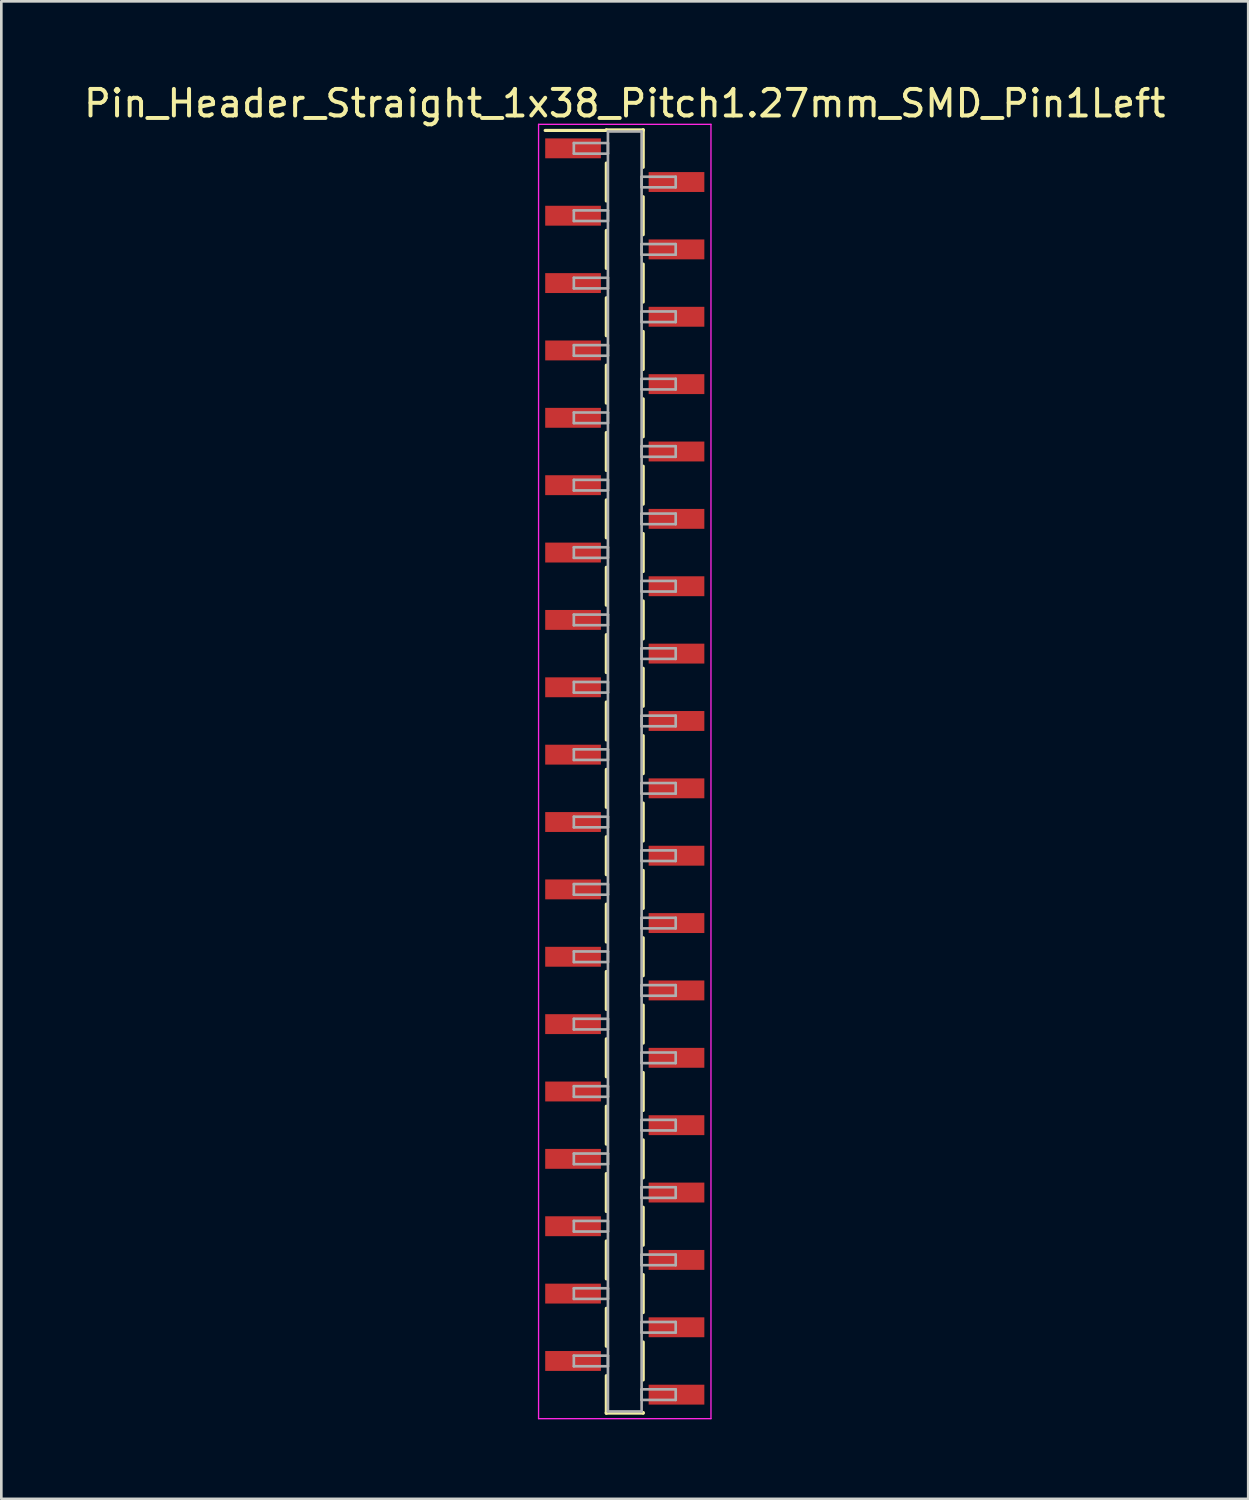
<source format=kicad_pcb>
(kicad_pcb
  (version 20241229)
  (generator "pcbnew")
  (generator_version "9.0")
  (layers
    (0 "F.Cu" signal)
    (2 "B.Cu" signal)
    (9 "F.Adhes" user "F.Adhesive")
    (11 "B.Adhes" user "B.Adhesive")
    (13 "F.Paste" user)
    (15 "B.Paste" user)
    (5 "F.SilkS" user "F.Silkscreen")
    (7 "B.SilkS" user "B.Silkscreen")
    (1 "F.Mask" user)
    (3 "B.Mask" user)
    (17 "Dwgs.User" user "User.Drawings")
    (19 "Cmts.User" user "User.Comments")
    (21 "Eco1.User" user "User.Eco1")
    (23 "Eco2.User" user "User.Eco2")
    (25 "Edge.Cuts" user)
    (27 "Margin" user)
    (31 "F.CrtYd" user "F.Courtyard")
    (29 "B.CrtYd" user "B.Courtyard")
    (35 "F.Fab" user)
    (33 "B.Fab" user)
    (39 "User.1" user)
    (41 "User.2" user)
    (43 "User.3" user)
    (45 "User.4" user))
  (footprint "Pin_Header_Straight_1x38_Pitch1.27mm_SMD_Pin1Left"
    (layer "F.Cu")
    (at 20.506 26.038)
    (property "Reference" "Pin_Header_Straight_1x38_Pitch1.27mm_SMD_Pin1Left" (at 0 -25.19 0) (layer "F.SilkS") (effects (font (size 1 1) (thickness 0.15))))
    (attr smd)
    (fp_line (start -0.695 -24.19) (end 0.695 -24.19) (stroke (width 0.12) (type solid)) (layer "F.SilkS"))
    (fp_line (start -0.695 -24.17) (end -3 -24.17) (stroke (width 0.12) (type solid)) (layer "F.SilkS"))
    (fp_line (start -0.695 -24.17) (end -0.695 -24.19) (stroke (width 0.12) (type solid)) (layer "F.SilkS"))
    (fp_line (start -0.695 -22.94) (end -0.695 -21.51) (stroke (width 0.12) (type solid)) (layer "F.SilkS"))
    (fp_line (start -0.695 -20.4) (end -0.695 -18.97) (stroke (width 0.12) (type solid)) (layer "F.SilkS"))
    (fp_line (start -0.695 -17.86) (end -0.695 -16.43) (stroke (width 0.12) (type solid)) (layer "F.SilkS"))
    (fp_line (start -0.695 -15.32) (end -0.695 -13.89) (stroke (width 0.12) (type solid)) (layer "F.SilkS"))
    (fp_line (start -0.695 -12.78) (end -0.695 -11.35) (stroke (width 0.12) (type solid)) (layer "F.SilkS"))
    (fp_line (start -0.695 -10.24) (end -0.695 -8.81) (stroke (width 0.12) (type solid)) (layer "F.SilkS"))
    (fp_line (start -0.695 -7.7) (end -0.695 -6.27) (stroke (width 0.12) (type solid)) (layer "F.SilkS"))
    (fp_line (start -0.695 -5.16) (end -0.695 -3.73) (stroke (width 0.12) (type solid)) (layer "F.SilkS"))
    (fp_line (start -0.695 -2.62) (end -0.695 -1.19) (stroke (width 0.12) (type solid)) (layer "F.SilkS"))
    (fp_line (start -0.695 -0.08) (end -0.695 1.35) (stroke (width 0.12) (type solid)) (layer "F.SilkS"))
    (fp_line (start -0.695 2.46) (end -0.695 3.89) (stroke (width 0.12) (type solid)) (layer "F.SilkS"))
    (fp_line (start -0.695 5) (end -0.695 6.43) (stroke (width 0.12) (type solid)) (layer "F.SilkS"))
    (fp_line (start -0.695 7.54) (end -0.695 8.97) (stroke (width 0.12) (type solid)) (layer "F.SilkS"))
    (fp_line (start -0.695 10.08) (end -0.695 11.51) (stroke (width 0.12) (type solid)) (layer "F.SilkS"))
    (fp_line (start -0.695 12.62) (end -0.695 14.05) (stroke (width 0.12) (type solid)) (layer "F.SilkS"))
    (fp_line (start -0.695 15.16) (end -0.695 16.59) (stroke (width 0.12) (type solid)) (layer "F.SilkS"))
    (fp_line (start -0.695 17.7) (end -0.695 19.13) (stroke (width 0.12) (type solid)) (layer "F.SilkS"))
    (fp_line (start -0.695 20.24) (end -0.695 21.67) (stroke (width 0.12) (type solid)) (layer "F.SilkS"))
    (fp_line (start -0.695 22.78) (end -0.695 24.19) (stroke (width 0.12) (type solid)) (layer "F.SilkS"))
    (fp_line (start -0.695 24.17) (end -0.695 24.19) (stroke (width 0.12) (type solid)) (layer "F.SilkS"))
    (fp_line (start -0.695 24.19) (end 0.695 24.19) (stroke (width 0.12) (type solid)) (layer "F.SilkS"))
    (fp_line (start 0.695 -24.19) (end 0.695 -24.17) (stroke (width 0.12) (type solid)) (layer "F.SilkS"))
    (fp_line (start 0.695 -24.19) (end 0.695 -22.78) (stroke (width 0.12) (type solid)) (layer "F.SilkS"))
    (fp_line (start 0.695 -21.67) (end 0.695 -20.24) (stroke (width 0.12) (type solid)) (layer "F.SilkS"))
    (fp_line (start 0.695 -19.13) (end 0.695 -17.7) (stroke (width 0.12) (type solid)) (layer "F.SilkS"))
    (fp_line (start 0.695 -16.59) (end 0.695 -15.16) (stroke (width 0.12) (type solid)) (layer "F.SilkS"))
    (fp_line (start 0.695 -14.05) (end 0.695 -12.62) (stroke (width 0.12) (type solid)) (layer "F.SilkS"))
    (fp_line (start 0.695 -11.51) (end 0.695 -10.08) (stroke (width 0.12) (type solid)) (layer "F.SilkS"))
    (fp_line (start 0.695 -8.97) (end 0.695 -7.54) (stroke (width 0.12) (type solid)) (layer "F.SilkS"))
    (fp_line (start 0.695 -6.43) (end 0.695 -5) (stroke (width 0.12) (type solid)) (layer "F.SilkS"))
    (fp_line (start 0.695 -3.89) (end 0.695 -2.46) (stroke (width 0.12) (type solid)) (layer "F.SilkS"))
    (fp_line (start 0.695 -1.35) (end 0.695 0.08) (stroke (width 0.12) (type solid)) (layer "F.SilkS"))
    (fp_line (start 0.695 1.19) (end 0.695 2.62) (stroke (width 0.12) (type solid)) (layer "F.SilkS"))
    (fp_line (start 0.695 3.73) (end 0.695 5.16) (stroke (width 0.12) (type solid)) (layer "F.SilkS"))
    (fp_line (start 0.695 6.27) (end 0.695 7.7) (stroke (width 0.12) (type solid)) (layer "F.SilkS"))
    (fp_line (start 0.695 8.81) (end 0.695 10.24) (stroke (width 0.12) (type solid)) (layer "F.SilkS"))
    (fp_line (start 0.695 11.35) (end 0.695 12.78) (stroke (width 0.12) (type solid)) (layer "F.SilkS"))
    (fp_line (start 0.695 13.89) (end 0.695 15.32) (stroke (width 0.12) (type solid)) (layer "F.SilkS"))
    (fp_line (start 0.695 16.43) (end 0.695 17.86) (stroke (width 0.12) (type solid)) (layer "F.SilkS"))
    (fp_line (start 0.695 18.97) (end 0.695 20.4) (stroke (width 0.12) (type solid)) (layer "F.SilkS"))
    (fp_line (start 0.695 21.51) (end 0.695 22.94) (stroke (width 0.12) (type solid)) (layer "F.SilkS"))
    (fp_line (start 0.695 24.19) (end 0.695 24.17) (stroke (width 0.12) (type solid)) (layer "F.SilkS"))
    (fp_line (start -3.25 -24.4) (end -3.25 24.4) (stroke (width 0.05) (type solid)) (layer "F.CrtYd"))
    (fp_line (start -3.25 24.4) (end 3.25 24.4) (stroke (width 0.05) (type solid)) (layer "F.CrtYd"))
    (fp_line (start 3.25 -24.4) (end -3.25 -24.4) (stroke (width 0.05) (type solid)) (layer "F.CrtYd"))
    (fp_line (start 3.25 24.4) (end 3.25 -24.4) (stroke (width 0.05) (type solid)) (layer "F.CrtYd"))
    (fp_line (start -1.92 -23.695) (end -0.635 -23.695) (stroke (width 0.1) (type solid)) (layer "F.Fab"))
    (fp_line (start -1.92 -23.295) (end -1.92 -23.695) (stroke (width 0.1) (type solid)) (layer "F.Fab"))
    (fp_line (start -1.92 -21.155) (end -0.635 -21.155) (stroke (width 0.1) (type solid)) (layer "F.Fab"))
    (fp_line (start -1.92 -20.755) (end -1.92 -21.155) (stroke (width 0.1) (type solid)) (layer "F.Fab"))
    (fp_line (start -1.92 -18.615) (end -0.635 -18.615) (stroke (width 0.1) (type solid)) (layer "F.Fab"))
    (fp_line (start -1.92 -18.215) (end -1.92 -18.615) (stroke (width 0.1) (type solid)) (layer "F.Fab"))
    (fp_line (start -1.92 -16.075) (end -0.635 -16.075) (stroke (width 0.1) (type solid)) (layer "F.Fab"))
    (fp_line (start -1.92 -15.675) (end -1.92 -16.075) (stroke (width 0.1) (type solid)) (layer "F.Fab"))
    (fp_line (start -1.92 -13.535) (end -0.635 -13.535) (stroke (width 0.1) (type solid)) (layer "F.Fab"))
    (fp_line (start -1.92 -13.135) (end -1.92 -13.535) (stroke (width 0.1) (type solid)) (layer "F.Fab"))
    (fp_line (start -1.92 -10.995) (end -0.635 -10.995) (stroke (width 0.1) (type solid)) (layer "F.Fab"))
    (fp_line (start -1.92 -10.595) (end -1.92 -10.995) (stroke (width 0.1) (type solid)) (layer "F.Fab"))
    (fp_line (start -1.92 -8.455) (end -0.635 -8.455) (stroke (width 0.1) (type solid)) (layer "F.Fab"))
    (fp_line (start -1.92 -8.055) (end -1.92 -8.455) (stroke (width 0.1) (type solid)) (layer "F.Fab"))
    (fp_line (start -1.92 -5.915) (end -0.635 -5.915) (stroke (width 0.1) (type solid)) (layer "F.Fab"))
    (fp_line (start -1.92 -5.515) (end -1.92 -5.915) (stroke (width 0.1) (type solid)) (layer "F.Fab"))
    (fp_line (start -1.92 -3.375) (end -0.635 -3.375) (stroke (width 0.1) (type solid)) (layer "F.Fab"))
    (fp_line (start -1.92 -2.975) (end -1.92 -3.375) (stroke (width 0.1) (type solid)) (layer "F.Fab"))
    (fp_line (start -1.92 -0.835) (end -0.635 -0.835) (stroke (width 0.1) (type solid)) (layer "F.Fab"))
    (fp_line (start -1.92 -0.435) (end -1.92 -0.835) (stroke (width 0.1) (type solid)) (layer "F.Fab"))
    (fp_line (start -1.92 1.705) (end -0.635 1.705) (stroke (width 0.1) (type solid)) (layer "F.Fab"))
    (fp_line (start -1.92 2.105) (end -1.92 1.705) (stroke (width 0.1) (type solid)) (layer "F.Fab"))
    (fp_line (start -1.92 4.245) (end -0.635 4.245) (stroke (width 0.1) (type solid)) (layer "F.Fab"))
    (fp_line (start -1.92 4.645) (end -1.92 4.245) (stroke (width 0.1) (type solid)) (layer "F.Fab"))
    (fp_line (start -1.92 6.785) (end -0.635 6.785) (stroke (width 0.1) (type solid)) (layer "F.Fab"))
    (fp_line (start -1.92 7.185) (end -1.92 6.785) (stroke (width 0.1) (type solid)) (layer "F.Fab"))
    (fp_line (start -1.92 9.325) (end -0.635 9.325) (stroke (width 0.1) (type solid)) (layer "F.Fab"))
    (fp_line (start -1.92 9.725) (end -1.92 9.325) (stroke (width 0.1) (type solid)) (layer "F.Fab"))
    (fp_line (start -1.92 11.865) (end -0.635 11.865) (stroke (width 0.1) (type solid)) (layer "F.Fab"))
    (fp_line (start -1.92 12.265) (end -1.92 11.865) (stroke (width 0.1) (type solid)) (layer "F.Fab"))
    (fp_line (start -1.92 14.405) (end -0.635 14.405) (stroke (width 0.1) (type solid)) (layer "F.Fab"))
    (fp_line (start -1.92 14.805) (end -1.92 14.405) (stroke (width 0.1) (type solid)) (layer "F.Fab"))
    (fp_line (start -1.92 16.945) (end -0.635 16.945) (stroke (width 0.1) (type solid)) (layer "F.Fab"))
    (fp_line (start -1.92 17.345) (end -1.92 16.945) (stroke (width 0.1) (type solid)) (layer "F.Fab"))
    (fp_line (start -1.92 19.485) (end -0.635 19.485) (stroke (width 0.1) (type solid)) (layer "F.Fab"))
    (fp_line (start -1.92 19.885) (end -1.92 19.485) (stroke (width 0.1) (type solid)) (layer "F.Fab"))
    (fp_line (start -1.92 22.025) (end -0.635 22.025) (stroke (width 0.1) (type solid)) (layer "F.Fab"))
    (fp_line (start -1.92 22.425) (end -1.92 22.025) (stroke (width 0.1) (type solid)) (layer "F.Fab"))
    (fp_line (start -0.635 -24.13) (end -0.635 24.13) (stroke (width 0.1) (type solid)) (layer "F.Fab"))
    (fp_line (start -0.635 -23.695) (end -0.635 -23.295) (stroke (width 0.1) (type solid)) (layer "F.Fab"))
    (fp_line (start -0.635 -23.295) (end -1.92 -23.295) (stroke (width 0.1) (type solid)) (layer "F.Fab"))
    (fp_line (start -0.635 -21.155) (end -0.635 -20.755) (stroke (width 0.1) (type solid)) (layer "F.Fab"))
    (fp_line (start -0.635 -20.755) (end -1.92 -20.755) (stroke (width 0.1) (type solid)) (layer "F.Fab"))
    (fp_line (start -0.635 -18.615) (end -0.635 -18.215) (stroke (width 0.1) (type solid)) (layer "F.Fab"))
    (fp_line (start -0.635 -18.215) (end -1.92 -18.215) (stroke (width 0.1) (type solid)) (layer "F.Fab"))
    (fp_line (start -0.635 -16.075) (end -0.635 -15.675) (stroke (width 0.1) (type solid)) (layer "F.Fab"))
    (fp_line (start -0.635 -15.675) (end -1.92 -15.675) (stroke (width 0.1) (type solid)) (layer "F.Fab"))
    (fp_line (start -0.635 -13.535) (end -0.635 -13.135) (stroke (width 0.1) (type solid)) (layer "F.Fab"))
    (fp_line (start -0.635 -13.135) (end -1.92 -13.135) (stroke (width 0.1) (type solid)) (layer "F.Fab"))
    (fp_line (start -0.635 -10.995) (end -0.635 -10.595) (stroke (width 0.1) (type solid)) (layer "F.Fab"))
    (fp_line (start -0.635 -10.595) (end -1.92 -10.595) (stroke (width 0.1) (type solid)) (layer "F.Fab"))
    (fp_line (start -0.635 -8.455) (end -0.635 -8.055) (stroke (width 0.1) (type solid)) (layer "F.Fab"))
    (fp_line (start -0.635 -8.055) (end -1.92 -8.055) (stroke (width 0.1) (type solid)) (layer "F.Fab"))
    (fp_line (start -0.635 -5.915) (end -0.635 -5.515) (stroke (width 0.1) (type solid)) (layer "F.Fab"))
    (fp_line (start -0.635 -5.515) (end -1.92 -5.515) (stroke (width 0.1) (type solid)) (layer "F.Fab"))
    (fp_line (start -0.635 -3.375) (end -0.635 -2.975) (stroke (width 0.1) (type solid)) (layer "F.Fab"))
    (fp_line (start -0.635 -2.975) (end -1.92 -2.975) (stroke (width 0.1) (type solid)) (layer "F.Fab"))
    (fp_line (start -0.635 -0.835) (end -0.635 -0.435) (stroke (width 0.1) (type solid)) (layer "F.Fab"))
    (fp_line (start -0.635 -0.435) (end -1.92 -0.435) (stroke (width 0.1) (type solid)) (layer "F.Fab"))
    (fp_line (start -0.635 1.705) (end -0.635 2.105) (stroke (width 0.1) (type solid)) (layer "F.Fab"))
    (fp_line (start -0.635 2.105) (end -1.92 2.105) (stroke (width 0.1) (type solid)) (layer "F.Fab"))
    (fp_line (start -0.635 4.245) (end -0.635 4.645) (stroke (width 0.1) (type solid)) (layer "F.Fab"))
    (fp_line (start -0.635 4.645) (end -1.92 4.645) (stroke (width 0.1) (type solid)) (layer "F.Fab"))
    (fp_line (start -0.635 6.785) (end -0.635 7.185) (stroke (width 0.1) (type solid)) (layer "F.Fab"))
    (fp_line (start -0.635 7.185) (end -1.92 7.185) (stroke (width 0.1) (type solid)) (layer "F.Fab"))
    (fp_line (start -0.635 9.325) (end -0.635 9.725) (stroke (width 0.1) (type solid)) (layer "F.Fab"))
    (fp_line (start -0.635 9.725) (end -1.92 9.725) (stroke (width 0.1) (type solid)) (layer "F.Fab"))
    (fp_line (start -0.635 11.865) (end -0.635 12.265) (stroke (width 0.1) (type solid)) (layer "F.Fab"))
    (fp_line (start -0.635 12.265) (end -1.92 12.265) (stroke (width 0.1) (type solid)) (layer "F.Fab"))
    (fp_line (start -0.635 14.405) (end -0.635 14.805) (stroke (width 0.1) (type solid)) (layer "F.Fab"))
    (fp_line (start -0.635 14.805) (end -1.92 14.805) (stroke (width 0.1) (type solid)) (layer "F.Fab"))
    (fp_line (start -0.635 16.945) (end -0.635 17.345) (stroke (width 0.1) (type solid)) (layer "F.Fab"))
    (fp_line (start -0.635 17.345) (end -1.92 17.345) (stroke (width 0.1) (type solid)) (layer "F.Fab"))
    (fp_line (start -0.635 19.485) (end -0.635 19.885) (stroke (width 0.1) (type solid)) (layer "F.Fab"))
    (fp_line (start -0.635 19.885) (end -1.92 19.885) (stroke (width 0.1) (type solid)) (layer "F.Fab"))
    (fp_line (start -0.635 22.025) (end -0.635 22.425) (stroke (width 0.1) (type solid)) (layer "F.Fab"))
    (fp_line (start -0.635 22.425) (end -1.92 22.425) (stroke (width 0.1) (type solid)) (layer "F.Fab"))
    (fp_line (start -0.635 24.13) (end 0.635 24.13) (stroke (width 0.1) (type solid)) (layer "F.Fab"))
    (fp_line (start 0.635 -24.13) (end -0.635 -24.13) (stroke (width 0.1) (type solid)) (layer "F.Fab"))
    (fp_line (start 0.635 -22.425) (end 0.635 -22.025) (stroke (width 0.1) (type solid)) (layer "F.Fab"))
    (fp_line (start 0.635 -22.025) (end 1.92 -22.025) (stroke (width 0.1) (type solid)) (layer "F.Fab"))
    (fp_line (start 0.635 -19.885) (end 0.635 -19.485) (stroke (width 0.1) (type solid)) (layer "F.Fab"))
    (fp_line (start 0.635 -19.485) (end 1.92 -19.485) (stroke (width 0.1) (type solid)) (layer "F.Fab"))
    (fp_line (start 0.635 -17.345) (end 0.635 -16.945) (stroke (width 0.1) (type solid)) (layer "F.Fab"))
    (fp_line (start 0.635 -16.945) (end 1.92 -16.945) (stroke (width 0.1) (type solid)) (layer "F.Fab"))
    (fp_line (start 0.635 -14.805) (end 0.635 -14.405) (stroke (width 0.1) (type solid)) (layer "F.Fab"))
    (fp_line (start 0.635 -14.405) (end 1.92 -14.405) (stroke (width 0.1) (type solid)) (layer "F.Fab"))
    (fp_line (start 0.635 -12.265) (end 0.635 -11.865) (stroke (width 0.1) (type solid)) (layer "F.Fab"))
    (fp_line (start 0.635 -11.865) (end 1.92 -11.865) (stroke (width 0.1) (type solid)) (layer "F.Fab"))
    (fp_line (start 0.635 -9.725) (end 0.635 -9.325) (stroke (width 0.1) (type solid)) (layer "F.Fab"))
    (fp_line (start 0.635 -9.325) (end 1.92 -9.325) (stroke (width 0.1) (type solid)) (layer "F.Fab"))
    (fp_line (start 0.635 -7.185) (end 0.635 -6.785) (stroke (width 0.1) (type solid)) (layer "F.Fab"))
    (fp_line (start 0.635 -6.785) (end 1.92 -6.785) (stroke (width 0.1) (type solid)) (layer "F.Fab"))
    (fp_line (start 0.635 -4.645) (end 0.635 -4.245) (stroke (width 0.1) (type solid)) (layer "F.Fab"))
    (fp_line (start 0.635 -4.245) (end 1.92 -4.245) (stroke (width 0.1) (type solid)) (layer "F.Fab"))
    (fp_line (start 0.635 -2.105) (end 0.635 -1.705) (stroke (width 0.1) (type solid)) (layer "F.Fab"))
    (fp_line (start 0.635 -1.705) (end 1.92 -1.705) (stroke (width 0.1) (type solid)) (layer "F.Fab"))
    (fp_line (start 0.635 0.435) (end 0.635 0.835) (stroke (width 0.1) (type solid)) (layer "F.Fab"))
    (fp_line (start 0.635 0.835) (end 1.92 0.835) (stroke (width 0.1) (type solid)) (layer "F.Fab"))
    (fp_line (start 0.635 2.975) (end 0.635 3.375) (stroke (width 0.1) (type solid)) (layer "F.Fab"))
    (fp_line (start 0.635 3.375) (end 1.92 3.375) (stroke (width 0.1) (type solid)) (layer "F.Fab"))
    (fp_line (start 0.635 5.515) (end 0.635 5.915) (stroke (width 0.1) (type solid)) (layer "F.Fab"))
    (fp_line (start 0.635 5.915) (end 1.92 5.915) (stroke (width 0.1) (type solid)) (layer "F.Fab"))
    (fp_line (start 0.635 8.055) (end 0.635 8.455) (stroke (width 0.1) (type solid)) (layer "F.Fab"))
    (fp_line (start 0.635 8.455) (end 1.92 8.455) (stroke (width 0.1) (type solid)) (layer "F.Fab"))
    (fp_line (start 0.635 10.595) (end 0.635 10.995) (stroke (width 0.1) (type solid)) (layer "F.Fab"))
    (fp_line (start 0.635 10.995) (end 1.92 10.995) (stroke (width 0.1) (type solid)) (layer "F.Fab"))
    (fp_line (start 0.635 13.135) (end 0.635 13.535) (stroke (width 0.1) (type solid)) (layer "F.Fab"))
    (fp_line (start 0.635 13.535) (end 1.92 13.535) (stroke (width 0.1) (type solid)) (layer "F.Fab"))
    (fp_line (start 0.635 15.675) (end 0.635 16.075) (stroke (width 0.1) (type solid)) (layer "F.Fab"))
    (fp_line (start 0.635 16.075) (end 1.92 16.075) (stroke (width 0.1) (type solid)) (layer "F.Fab"))
    (fp_line (start 0.635 18.215) (end 0.635 18.615) (stroke (width 0.1) (type solid)) (layer "F.Fab"))
    (fp_line (start 0.635 18.615) (end 1.92 18.615) (stroke (width 0.1) (type solid)) (layer "F.Fab"))
    (fp_line (start 0.635 20.755) (end 0.635 21.155) (stroke (width 0.1) (type solid)) (layer "F.Fab"))
    (fp_line (start 0.635 21.155) (end 1.92 21.155) (stroke (width 0.1) (type solid)) (layer "F.Fab"))
    (fp_line (start 0.635 23.295) (end 0.635 23.695) (stroke (width 0.1) (type solid)) (layer "F.Fab"))
    (fp_line (start 0.635 23.695) (end 1.92 23.695) (stroke (width 0.1) (type solid)) (layer "F.Fab"))
    (fp_line (start 0.635 24.13) (end 0.635 -24.13) (stroke (width 0.1) (type solid)) (layer "F.Fab"))
    (fp_line (start 1.92 -22.425) (end 0.635 -22.425) (stroke (width 0.1) (type solid)) (layer "F.Fab"))
    (fp_line (start 1.92 -22.025) (end 1.92 -22.425) (stroke (width 0.1) (type solid)) (layer "F.Fab"))
    (fp_line (start 1.92 -19.885) (end 0.635 -19.885) (stroke (width 0.1) (type solid)) (layer "F.Fab"))
    (fp_line (start 1.92 -19.485) (end 1.92 -19.885) (stroke (width 0.1) (type solid)) (layer "F.Fab"))
    (fp_line (start 1.92 -17.345) (end 0.635 -17.345) (stroke (width 0.1) (type solid)) (layer "F.Fab"))
    (fp_line (start 1.92 -16.945) (end 1.92 -17.345) (stroke (width 0.1) (type solid)) (layer "F.Fab"))
    (fp_line (start 1.92 -14.805) (end 0.635 -14.805) (stroke (width 0.1) (type solid)) (layer "F.Fab"))
    (fp_line (start 1.92 -14.405) (end 1.92 -14.805) (stroke (width 0.1) (type solid)) (layer "F.Fab"))
    (fp_line (start 1.92 -12.265) (end 0.635 -12.265) (stroke (width 0.1) (type solid)) (layer "F.Fab"))
    (fp_line (start 1.92 -11.865) (end 1.92 -12.265) (stroke (width 0.1) (type solid)) (layer "F.Fab"))
    (fp_line (start 1.92 -9.725) (end 0.635 -9.725) (stroke (width 0.1) (type solid)) (layer "F.Fab"))
    (fp_line (start 1.92 -9.325) (end 1.92 -9.725) (stroke (width 0.1) (type solid)) (layer "F.Fab"))
    (fp_line (start 1.92 -7.185) (end 0.635 -7.185) (stroke (width 0.1) (type solid)) (layer "F.Fab"))
    (fp_line (start 1.92 -6.785) (end 1.92 -7.185) (stroke (width 0.1) (type solid)) (layer "F.Fab"))
    (fp_line (start 1.92 -4.645) (end 0.635 -4.645) (stroke (width 0.1) (type solid)) (layer "F.Fab"))
    (fp_line (start 1.92 -4.245) (end 1.92 -4.645) (stroke (width 0.1) (type solid)) (layer "F.Fab"))
    (fp_line (start 1.92 -2.105) (end 0.635 -2.105) (stroke (width 0.1) (type solid)) (layer "F.Fab"))
    (fp_line (start 1.92 -1.705) (end 1.92 -2.105) (stroke (width 0.1) (type solid)) (layer "F.Fab"))
    (fp_line (start 1.92 0.435) (end 0.635 0.435) (stroke (width 0.1) (type solid)) (layer "F.Fab"))
    (fp_line (start 1.92 0.835) (end 1.92 0.435) (stroke (width 0.1) (type solid)) (layer "F.Fab"))
    (fp_line (start 1.92 2.975) (end 0.635 2.975) (stroke (width 0.1) (type solid)) (layer "F.Fab"))
    (fp_line (start 1.92 3.375) (end 1.92 2.975) (stroke (width 0.1) (type solid)) (layer "F.Fab"))
    (fp_line (start 1.92 5.515) (end 0.635 5.515) (stroke (width 0.1) (type solid)) (layer "F.Fab"))
    (fp_line (start 1.92 5.915) (end 1.92 5.515) (stroke (width 0.1) (type solid)) (layer "F.Fab"))
    (fp_line (start 1.92 8.055) (end 0.635 8.055) (stroke (width 0.1) (type solid)) (layer "F.Fab"))
    (fp_line (start 1.92 8.455) (end 1.92 8.055) (stroke (width 0.1) (type solid)) (layer "F.Fab"))
    (fp_line (start 1.92 10.595) (end 0.635 10.595) (stroke (width 0.1) (type solid)) (layer "F.Fab"))
    (fp_line (start 1.92 10.995) (end 1.92 10.595) (stroke (width 0.1) (type solid)) (layer "F.Fab"))
    (fp_line (start 1.92 13.135) (end 0.635 13.135) (stroke (width 0.1) (type solid)) (layer "F.Fab"))
    (fp_line (start 1.92 13.535) (end 1.92 13.135) (stroke (width 0.1) (type solid)) (layer "F.Fab"))
    (fp_line (start 1.92 15.675) (end 0.635 15.675) (stroke (width 0.1) (type solid)) (layer "F.Fab"))
    (fp_line (start 1.92 16.075) (end 1.92 15.675) (stroke (width 0.1) (type solid)) (layer "F.Fab"))
    (fp_line (start 1.92 18.215) (end 0.635 18.215) (stroke (width 0.1) (type solid)) (layer "F.Fab"))
    (fp_line (start 1.92 18.615) (end 1.92 18.215) (stroke (width 0.1) (type solid)) (layer "F.Fab"))
    (fp_line (start 1.92 20.755) (end 0.635 20.755) (stroke (width 0.1) (type solid)) (layer "F.Fab"))
    (fp_line (start 1.92 21.155) (end 1.92 20.755) (stroke (width 0.1) (type solid)) (layer "F.Fab"))
    (fp_line (start 1.92 23.295) (end 0.635 23.295) (stroke (width 0.1) (type solid)) (layer "F.Fab"))
    (fp_line (start 1.92 23.695) (end 1.92 23.295) (stroke (width 0.1) (type solid)) (layer "F.Fab"))
    (pad "1" smd rect (at -1.95 -23.495) (size 2.1 0.75) (layers "F.Cu" "F.Mask"))
    (pad "2" smd rect (at 1.95 -22.225) (size 2.1 0.75) (layers "F.Cu" "F.Mask"))
    (pad "3" smd rect (at -1.95 -20.955) (size 2.1 0.75) (layers "F.Cu" "F.Mask"))
    (pad "4" smd rect (at 1.95 -19.685) (size 2.1 0.75) (layers "F.Cu" "F.Mask"))
    (pad "5" smd rect (at -1.95 -18.415) (size 2.1 0.75) (layers "F.Cu" "F.Mask"))
    (pad "6" smd rect (at 1.95 -17.145) (size 2.1 0.75) (layers "F.Cu" "F.Mask"))
    (pad "7" smd rect (at -1.95 -15.875) (size 2.1 0.75) (layers "F.Cu" "F.Mask"))
    (pad "8" smd rect (at 1.95 -14.605) (size 2.1 0.75) (layers "F.Cu" "F.Mask"))
    (pad "9" smd rect (at -1.95 -13.335) (size 2.1 0.75) (layers "F.Cu" "F.Mask"))
    (pad "10" smd rect (at 1.95 -12.065) (size 2.1 0.75) (layers "F.Cu" "F.Mask"))
    (pad "11" smd rect (at -1.95 -10.795) (size 2.1 0.75) (layers "F.Cu" "F.Mask"))
    (pad "12" smd rect (at 1.95 -9.525) (size 2.1 0.75) (layers "F.Cu" "F.Mask"))
    (pad "13" smd rect (at -1.95 -8.255) (size 2.1 0.75) (layers "F.Cu" "F.Mask"))
    (pad "14" smd rect (at 1.95 -6.985) (size 2.1 0.75) (layers "F.Cu" "F.Mask"))
    (pad "15" smd rect (at -1.95 -5.715) (size 2.1 0.75) (layers "F.Cu" "F.Mask"))
    (pad "16" smd rect (at 1.95 -4.445) (size 2.1 0.75) (layers "F.Cu" "F.Mask"))
    (pad "17" smd rect (at -1.95 -3.175) (size 2.1 0.75) (layers "F.Cu" "F.Mask"))
    (pad "18" smd rect (at 1.95 -1.905) (size 2.1 0.75) (layers "F.Cu" "F.Mask"))
    (pad "19" smd rect (at -1.95 -0.635) (size 2.1 0.75) (layers "F.Cu" "F.Mask"))
    (pad "20" smd rect (at 1.95 0.635) (size 2.1 0.75) (layers "F.Cu" "F.Mask"))
    (pad "21" smd rect (at -1.95 1.905) (size 2.1 0.75) (layers "F.Cu" "F.Mask"))
    (pad "22" smd rect (at 1.95 3.175) (size 2.1 0.75) (layers "F.Cu" "F.Mask"))
    (pad "23" smd rect (at -1.95 4.445) (size 2.1 0.75) (layers "F.Cu" "F.Mask"))
    (pad "24" smd rect (at 1.95 5.715) (size 2.1 0.75) (layers "F.Cu" "F.Mask"))
    (pad "25" smd rect (at -1.95 6.985) (size 2.1 0.75) (layers "F.Cu" "F.Mask"))
    (pad "26" smd rect (at 1.95 8.255) (size 2.1 0.75) (layers "F.Cu" "F.Mask"))
    (pad "27" smd rect (at -1.95 9.525) (size 2.1 0.75) (layers "F.Cu" "F.Mask"))
    (pad "28" smd rect (at 1.95 10.795) (size 2.1 0.75) (layers "F.Cu" "F.Mask"))
    (pad "29" smd rect (at -1.95 12.065) (size 2.1 0.75) (layers "F.Cu" "F.Mask"))
    (pad "30" smd rect (at 1.95 13.335) (size 2.1 0.75) (layers "F.Cu" "F.Mask"))
    (pad "31" smd rect (at -1.95 14.605) (size 2.1 0.75) (layers "F.Cu" "F.Mask"))
    (pad "32" smd rect (at 1.95 15.875) (size 2.1 0.75) (layers "F.Cu" "F.Mask"))
    (pad "33" smd rect (at -1.95 17.145) (size 2.1 0.75) (layers "F.Cu" "F.Mask"))
    (pad "34" smd rect (at 1.95 18.415) (size 2.1 0.75) (layers "F.Cu" "F.Mask"))
    (pad "35" smd rect (at -1.95 19.685) (size 2.1 0.75) (layers "F.Cu" "F.Mask"))
    (pad "36" smd rect (at 1.95 20.955) (size 2.1 0.75) (layers "F.Cu" "F.Mask"))
    (pad "37" smd rect (at -1.95 22.225) (size 2.1 0.75) (layers "F.Cu" "F.Mask"))
    (pad "38" smd rect (at 1.95 23.495) (size 2.1 0.75) (layers "F.Cu" "F.Mask")))
  (gr_rect
    (start -3 -3)
    (end 44.012 53.463)
    (stroke (width 0.1) (type default))
    (fill no)
    (layer "Edge.Cuts")))
</source>
